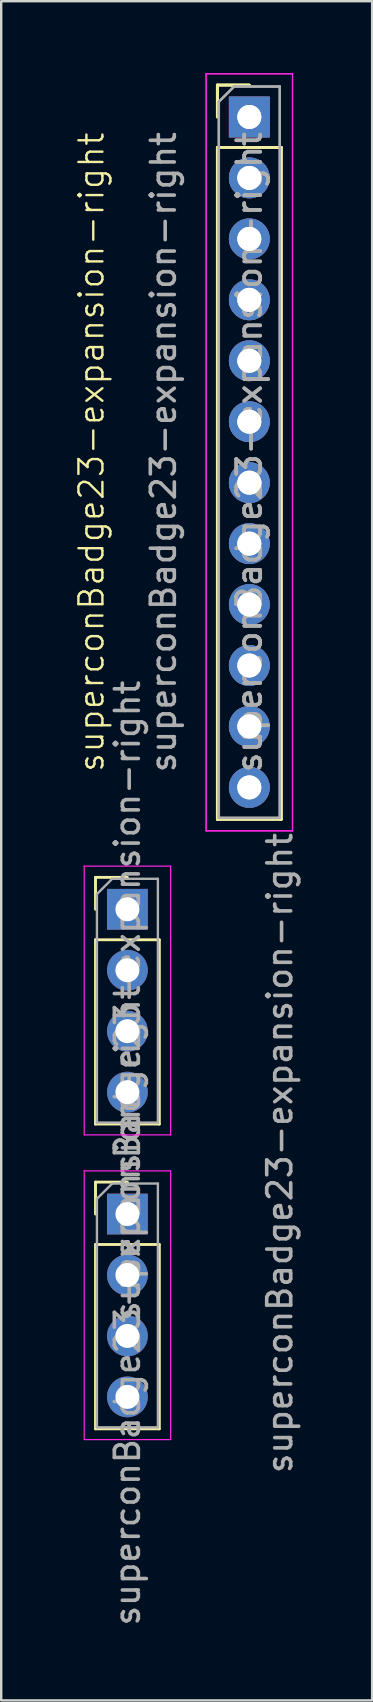
<source format=kicad_pcb>
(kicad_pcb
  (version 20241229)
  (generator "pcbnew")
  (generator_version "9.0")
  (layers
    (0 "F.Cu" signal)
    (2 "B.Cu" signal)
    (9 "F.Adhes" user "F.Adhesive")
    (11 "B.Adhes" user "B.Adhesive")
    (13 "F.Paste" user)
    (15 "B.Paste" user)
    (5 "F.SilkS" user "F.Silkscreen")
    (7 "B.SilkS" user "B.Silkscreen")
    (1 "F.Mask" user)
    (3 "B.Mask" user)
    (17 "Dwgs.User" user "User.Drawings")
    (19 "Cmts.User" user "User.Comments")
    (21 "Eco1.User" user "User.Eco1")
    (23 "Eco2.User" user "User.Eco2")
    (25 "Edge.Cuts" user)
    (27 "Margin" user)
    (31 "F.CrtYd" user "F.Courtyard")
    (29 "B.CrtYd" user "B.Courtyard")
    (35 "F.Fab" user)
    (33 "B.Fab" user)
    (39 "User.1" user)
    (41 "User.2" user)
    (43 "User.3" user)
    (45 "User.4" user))
  (footprint "superconBadge23-expansion-right"
    (layer "F.Cu")
    (at 7.34 1.825)
    (property "Reference" "superconBadge23-expansion-right" (at -6.58 13.97 90) (unlocked yes) (layer "F.SilkS") (effects (font (size 1 1) (thickness 0.1))))
    (attr through_hole)
    (fp_line (start -6.41 31.69) (end -5.08 31.69) (stroke (width 0.12) (type solid)) (layer "F.SilkS"))
    (fp_line (start -6.41 33.02) (end -6.41 31.69) (stroke (width 0.12) (type solid)) (layer "F.SilkS"))
    (fp_line (start -6.41 34.29) (end -6.41 41.97) (stroke (width 0.12) (type solid)) (layer "F.SilkS"))
    (fp_line (start -6.41 34.29) (end -3.75 34.29) (stroke (width 0.12) (type solid)) (layer "F.SilkS"))
    (fp_line (start -6.41 41.97) (end -3.75 41.97) (stroke (width 0.12) (type solid)) (layer "F.SilkS"))
    (fp_line (start -6.41 44.39) (end -5.08 44.39) (stroke (width 0.12) (type solid)) (layer "F.SilkS"))
    (fp_line (start -6.41 45.72) (end -6.41 44.39) (stroke (width 0.12) (type solid)) (layer "F.SilkS"))
    (fp_line (start -6.41 46.99) (end -6.41 54.67) (stroke (width 0.12) (type solid)) (layer "F.SilkS"))
    (fp_line (start -6.41 46.99) (end -3.75 46.99) (stroke (width 0.12) (type solid)) (layer "F.SilkS"))
    (fp_line (start -6.41 54.67) (end -3.75 54.67) (stroke (width 0.12) (type solid)) (layer "F.SilkS"))
    (fp_line (start -3.75 34.29) (end -3.75 41.97) (stroke (width 0.12) (type solid)) (layer "F.SilkS"))
    (fp_line (start -3.75 46.99) (end -3.75 54.67) (stroke (width 0.12) (type solid)) (layer "F.SilkS"))
    (fp_line (start -1.33 -1.33) (end 0 -1.33) (stroke (width 0.12) (type solid)) (layer "F.SilkS"))
    (fp_line (start -1.33 -1.33) (end 0 -1.33) (stroke (width 0.12) (type solid)) (layer "F.SilkS"))
    (fp_line (start -1.33 0) (end -1.33 -1.33) (stroke (width 0.12) (type solid)) (layer "F.SilkS"))
    (fp_line (start -1.33 0) (end -1.33 -1.33) (stroke (width 0.12) (type solid)) (layer "F.SilkS"))
    (fp_line (start -1.33 1.27) (end -1.33 29.27) (stroke (width 0.12) (type solid)) (layer "F.SilkS"))
    (fp_line (start -1.33 1.27) (end -1.33 29.27) (stroke (width 0.12) (type solid)) (layer "F.SilkS"))
    (fp_line (start -1.33 1.27) (end 1.33 1.27) (stroke (width 0.12) (type solid)) (layer "F.SilkS"))
    (fp_line (start -1.33 1.27) (end 1.33 1.27) (stroke (width 0.12) (type solid)) (layer "F.SilkS"))
    (fp_line (start -1.33 29.27) (end 1.33 29.27) (stroke (width 0.12) (type solid)) (layer "F.SilkS"))
    (fp_line (start -1.33 29.27) (end 1.33 29.27) (stroke (width 0.12) (type solid)) (layer "F.SilkS"))
    (fp_line (start 1.33 1.27) (end 1.33 29.27) (stroke (width 0.12) (type solid)) (layer "F.SilkS"))
    (fp_line (start 1.33 1.27) (end 1.33 29.27) (stroke (width 0.12) (type solid)) (layer "F.SilkS"))
    (fp_line (start -6.88 31.22) (end -6.88 42.42) (stroke (width 0.05) (type solid)) (layer "F.CrtYd"))
    (fp_line (start -6.88 42.42) (end -3.28 42.42) (stroke (width 0.05) (type solid)) (layer "F.CrtYd"))
    (fp_line (start -6.88 43.92) (end -6.88 55.12) (stroke (width 0.05) (type solid)) (layer "F.CrtYd"))
    (fp_line (start -6.88 55.12) (end -3.28 55.12) (stroke (width 0.05) (type solid)) (layer "F.CrtYd"))
    (fp_line (start -3.28 31.22) (end -6.88 31.22) (stroke (width 0.05) (type solid)) (layer "F.CrtYd"))
    (fp_line (start -3.28 42.42) (end -3.28 31.22) (stroke (width 0.05) (type solid)) (layer "F.CrtYd"))
    (fp_line (start -3.28 43.92) (end -6.88 43.92) (stroke (width 0.05) (type solid)) (layer "F.CrtYd"))
    (fp_line (start -3.28 55.12) (end -3.28 43.92) (stroke (width 0.05) (type solid)) (layer "F.CrtYd"))
    (fp_line (start -1.8 -1.8) (end -1.8 29.75) (stroke (width 0.05) (type solid)) (layer "F.CrtYd"))
    (fp_line (start -1.8 -1.8) (end -1.8 29.75) (stroke (width 0.05) (type solid)) (layer "F.CrtYd"))
    (fp_line (start -1.8 29.75) (end 1.8 29.75) (stroke (width 0.05) (type solid)) (layer "F.CrtYd"))
    (fp_line (start -1.8 29.75) (end 1.8 29.75) (stroke (width 0.05) (type solid)) (layer "F.CrtYd"))
    (fp_line (start 1.8 -1.8) (end -1.8 -1.8) (stroke (width 0.05) (type solid)) (layer "F.CrtYd"))
    (fp_line (start 1.8 -1.8) (end -1.8 -1.8) (stroke (width 0.05) (type solid)) (layer "F.CrtYd"))
    (fp_line (start 1.8 29.75) (end 1.8 -1.8) (stroke (width 0.05) (type solid)) (layer "F.CrtYd"))
    (fp_line (start 1.8 29.75) (end 1.8 -1.8) (stroke (width 0.05) (type solid)) (layer "F.CrtYd"))
    (fp_line (start -6.35 32.385) (end -5.715 31.75) (stroke (width 0.1) (type solid)) (layer "F.Fab"))
    (fp_line (start -6.35 41.91) (end -6.35 32.385) (stroke (width 0.1) (type solid)) (layer "F.Fab"))
    (fp_line (start -6.35 45.085) (end -5.715 44.45) (stroke (width 0.1) (type solid)) (layer "F.Fab"))
    (fp_line (start -6.35 54.61) (end -6.35 45.085) (stroke (width 0.1) (type solid)) (layer "F.Fab"))
    (fp_line (start -5.715 31.75) (end -3.81 31.75) (stroke (width 0.1) (type solid)) (layer "F.Fab"))
    (fp_line (start -5.715 44.45) (end -3.81 44.45) (stroke (width 0.1) (type solid)) (layer "F.Fab"))
    (fp_line (start -3.81 31.75) (end -3.81 41.91) (stroke (width 0.1) (type solid)) (layer "F.Fab"))
    (fp_line (start -3.81 41.91) (end -6.35 41.91) (stroke (width 0.1) (type solid)) (layer "F.Fab"))
    (fp_line (start -3.81 44.45) (end -3.81 54.61) (stroke (width 0.1) (type solid)) (layer "F.Fab"))
    (fp_line (start -3.81 54.61) (end -6.35 54.61) (stroke (width 0.1) (type solid)) (layer "F.Fab"))
    (fp_line (start -1.27 -0.635) (end -0.635 -1.27) (stroke (width 0.1) (type solid)) (layer "F.Fab"))
    (fp_line (start -1.27 -0.635) (end -0.635 -1.27) (stroke (width 0.1) (type solid)) (layer "F.Fab"))
    (fp_line (start -1.27 29.21) (end -1.27 -0.635) (stroke (width 0.1) (type solid)) (layer "F.Fab"))
    (fp_line (start -1.27 29.21) (end -1.27 -0.635) (stroke (width 0.1) (type solid)) (layer "F.Fab"))
    (fp_line (start -0.635 -1.27) (end 1.27 -1.27) (stroke (width 0.1) (type solid)) (layer "F.Fab"))
    (fp_line (start -0.635 -1.27) (end 1.27 -1.27) (stroke (width 0.1) (type solid)) (layer "F.Fab"))
    (fp_line (start 1.27 -1.27) (end 1.27 29.21) (stroke (width 0.1) (type solid)) (layer "F.Fab"))
    (fp_line (start 1.27 -1.27) (end 1.27 29.21) (stroke (width 0.1) (type solid)) (layer "F.Fab"))
    (fp_line (start 1.27 29.21) (end -1.27 29.21) (stroke (width 0.1) (type solid)) (layer "F.Fab"))
    (fp_line (start 1.27 29.21) (end -1.27 29.21) (stroke (width 0.1) (type solid)) (layer "F.Fab"))
    (fp_text user "${REFERENCE}" (at -3.58 13.97 90) (unlocked yes) (layer "F.Fab") (effects (font (size 1 1) (thickness 0.15))))
    (fp_text user "${REFERENCE}" (at 0 13.97 90) (layer "F.Fab") (effects (font (size 1 1) (thickness 0.15))))
    (fp_text user "${REFERENCE}" (at -5.08 49.53 90) (layer "F.Fab") (effects (font (size 1 1) (thickness 0.15))))
    (fp_text user "${REFERENCE}" (at -5.08 36.83 90) (layer "F.Fab") (effects (font (size 1 1) (thickness 0.15))))
    (fp_text user "${REFERENCE}" (at 1.27 43.18 90) (unlocked yes) (layer "F.Fab") (effects (font (size 1 1) (thickness 0.15))))
    (fp_text user "${REFERENCE}" (at 0 13.97 90) (layer "F.Fab") (effects (font (size 1 1) (thickness 0.15))))
    (pad "1" thru_hole rect (at -5.08 33.02) (size 1.7 1.7) (drill 1) (layers "*.Cu" "*.Mask"))
    (pad "1" thru_hole rect (at -5.08 45.72) (size 1.7 1.7) (drill 1) (layers "*.Cu" "*.Mask"))
    (pad "1" thru_hole rect (at 0 0) (size 1.7 1.7) (drill 1) (layers "*.Cu" "*.Mask"))
    (pad "1" thru_hole rect (at 0 0) (size 1.7 1.7) (drill 1) (layers "*.Cu" "*.Mask"))
    (pad "2" thru_hole oval (at -5.08 35.56) (size 1.7 1.7) (drill 1) (layers "*.Cu" "*.Mask"))
    (pad "2" thru_hole oval (at -5.08 48.26) (size 1.7 1.7) (drill 1) (layers "*.Cu" "*.Mask"))
    (pad "2" thru_hole oval (at 0 2.54) (size 1.7 1.7) (drill 1) (layers "*.Cu" "*.Mask"))
    (pad "2" thru_hole oval (at 0 2.54) (size 1.7 1.7) (drill 1) (layers "*.Cu" "*.Mask"))
    (pad "3" thru_hole oval (at -5.08 38.1) (size 1.7 1.7) (drill 1) (layers "*.Cu" "*.Mask"))
    (pad "3" thru_hole oval (at -5.08 50.8) (size 1.7 1.7) (drill 1) (layers "*.Cu" "*.Mask"))
    (pad "3" thru_hole oval (at 0 5.08) (size 1.7 1.7) (drill 1) (layers "*.Cu" "*.Mask"))
    (pad "3" thru_hole oval (at 0 5.08) (size 1.7 1.7) (drill 1) (layers "*.Cu" "*.Mask"))
    (pad "4" thru_hole oval (at -5.08 40.64) (size 1.7 1.7) (drill 1) (layers "*.Cu" "*.Mask"))
    (pad "4" thru_hole oval (at -5.08 53.34) (size 1.7 1.7) (drill 1) (layers "*.Cu" "*.Mask"))
    (pad "4" thru_hole oval (at 0 7.62) (size 1.7 1.7) (drill 1) (layers "*.Cu" "*.Mask"))
    (pad "4" thru_hole oval (at 0 7.62) (size 1.7 1.7) (drill 1) (layers "*.Cu" "*.Mask"))
    (pad "5" thru_hole oval (at 0 10.16) (size 1.7 1.7) (drill 1) (layers "*.Cu" "*.Mask"))
    (pad "5" thru_hole oval (at 0 10.16) (size 1.7 1.7) (drill 1) (layers "*.Cu" "*.Mask"))
    (pad "6" thru_hole oval (at 0 12.7) (size 1.7 1.7) (drill 1) (layers "*.Cu" "*.Mask"))
    (pad "6" thru_hole oval (at 0 12.7) (size 1.7 1.7) (drill 1) (layers "*.Cu" "*.Mask"))
    (pad "7" thru_hole oval (at 0 15.24) (size 1.7 1.7) (drill 1) (layers "*.Cu" "*.Mask"))
    (pad "7" thru_hole oval (at 0 15.24) (size 1.7 1.7) (drill 1) (layers "*.Cu" "*.Mask"))
    (pad "8" thru_hole oval (at 0 17.78) (size 1.7 1.7) (drill 1) (layers "*.Cu" "*.Mask"))
    (pad "8" thru_hole oval (at 0 17.78) (size 1.7 1.7) (drill 1) (layers "*.Cu" "*.Mask"))
    (pad "9" thru_hole oval (at 0 20.32) (size 1.7 1.7) (drill 1) (layers "*.Cu" "*.Mask"))
    (pad "9" thru_hole oval (at 0 20.32) (size 1.7 1.7) (drill 1) (layers "*.Cu" "*.Mask"))
    (pad "10" thru_hole oval (at 0 22.86) (size 1.7 1.7) (drill 1) (layers "*.Cu" "*.Mask"))
    (pad "10" thru_hole oval (at 0 22.86) (size 1.7 1.7) (drill 1) (layers "*.Cu" "*.Mask"))
    (pad "11" thru_hole oval (at 0 25.4) (size 1.7 1.7) (drill 1) (layers "*.Cu" "*.Mask"))
    (pad "11" thru_hole oval (at 0 25.4) (size 1.7 1.7) (drill 1) (layers "*.Cu" "*.Mask"))
    (pad "12" thru_hole oval (at 0 27.94) (size 1.7 1.7) (drill 1) (layers "*.Cu" "*.Mask"))
    (pad "12" thru_hole oval (at 0 27.94) (size 1.7 1.7) (drill 1) (layers "*.Cu" "*.Mask")))
  (gr_rect
    (start -3 -3)
    (end 12.459 67.813)
    (stroke (width 0.1) (type default))
    (fill no)
    (layer "Edge.Cuts")))
</source>
